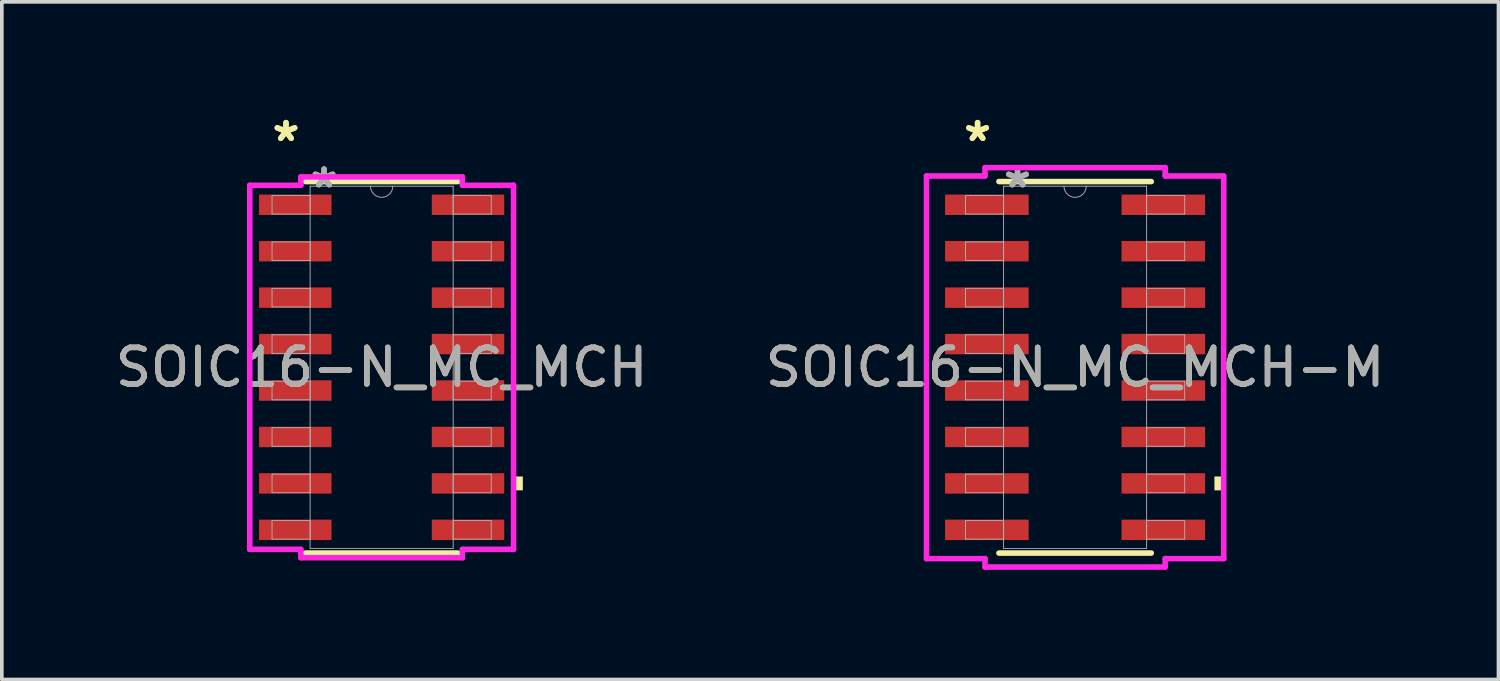
<source format=kicad_pcb>
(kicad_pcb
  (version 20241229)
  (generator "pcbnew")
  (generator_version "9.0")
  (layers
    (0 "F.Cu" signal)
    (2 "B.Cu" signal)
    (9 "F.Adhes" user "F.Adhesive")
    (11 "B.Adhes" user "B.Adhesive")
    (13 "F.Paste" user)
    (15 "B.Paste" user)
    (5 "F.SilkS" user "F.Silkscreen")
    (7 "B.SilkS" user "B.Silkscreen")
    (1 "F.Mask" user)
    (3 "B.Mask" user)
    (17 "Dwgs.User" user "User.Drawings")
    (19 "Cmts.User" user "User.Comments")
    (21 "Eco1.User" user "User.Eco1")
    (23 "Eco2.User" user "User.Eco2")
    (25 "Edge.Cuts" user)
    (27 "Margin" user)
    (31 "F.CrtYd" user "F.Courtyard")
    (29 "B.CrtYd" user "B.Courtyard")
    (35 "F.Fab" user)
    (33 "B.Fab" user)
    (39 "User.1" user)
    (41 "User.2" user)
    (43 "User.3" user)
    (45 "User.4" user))
  (footprint "SOIC16-N_MC_MCH-M"
    (layer "F.Cu")
    (at 26.351 6.995)
    (property "Reference" "SOIC16-N_MC_MCH-M" (at 0 0 0) (unlocked yes) (layer "F.SilkS") (effects (font (size 1 1) (thickness 0.15))))
    (attr smd)
    (fp_line (start -2.083 5.08) (end 2.083 5.08) (stroke (width 0.152) (type solid)) (layer "F.SilkS"))
    (fp_line (start 2.083 -5.08) (end -2.083 -5.08) (stroke (width 0.152) (type solid)) (layer "F.SilkS"))
    (fp_poly (pts (xy 4.064 2.985) (xy 4.064 3.365) (xy 3.81 3.365) (xy 3.81 2.985)) (stroke (width 0) (type solid)) (fill yes) (layer "F.SilkS"))
    (fp_line (start -4.064 -5.232) (end -2.464 -5.232) (stroke (width 0.152) (type solid)) (layer "F.CrtYd"))
    (fp_line (start -4.064 5.232) (end -4.064 -5.232) (stroke (width 0.152) (type solid)) (layer "F.CrtYd"))
    (fp_line (start -4.064 5.232) (end -2.464 5.232) (stroke (width 0.152) (type solid)) (layer "F.CrtYd"))
    (fp_line (start -2.464 -5.461) (end 2.464 -5.461) (stroke (width 0.152) (type solid)) (layer "F.CrtYd"))
    (fp_line (start -2.464 -5.232) (end -2.464 -5.461) (stroke (width 0.152) (type solid)) (layer "F.CrtYd"))
    (fp_line (start -2.464 5.461) (end -2.464 5.232) (stroke (width 0.152) (type solid)) (layer "F.CrtYd"))
    (fp_line (start 2.464 -5.461) (end 2.464 -5.232) (stroke (width 0.152) (type solid)) (layer "F.CrtYd"))
    (fp_line (start 2.464 5.232) (end 2.464 5.461) (stroke (width 0.152) (type solid)) (layer "F.CrtYd"))
    (fp_line (start 2.464 5.461) (end -2.464 5.461) (stroke (width 0.152) (type solid)) (layer "F.CrtYd"))
    (fp_line (start 4.064 -5.232) (end 2.464 -5.232) (stroke (width 0.152) (type solid)) (layer "F.CrtYd"))
    (fp_line (start 4.064 -5.232) (end 4.064 5.232) (stroke (width 0.152) (type solid)) (layer "F.CrtYd"))
    (fp_line (start 4.064 5.232) (end 2.464 5.232) (stroke (width 0.152) (type solid)) (layer "F.CrtYd"))
    (fp_line (start -2.997 -4.699) (end -2.997 -4.191) (stroke (width 0.025) (type solid)) (layer "F.Fab"))
    (fp_line (start -2.997 -4.191) (end -1.956 -4.191) (stroke (width 0.025) (type solid)) (layer "F.Fab"))
    (fp_line (start -2.997 -3.429) (end -2.997 -2.921) (stroke (width 0.025) (type solid)) (layer "F.Fab"))
    (fp_line (start -2.997 -2.921) (end -1.956 -2.921) (stroke (width 0.025) (type solid)) (layer "F.Fab"))
    (fp_line (start -2.997 -2.159) (end -2.997 -1.651) (stroke (width 0.025) (type solid)) (layer "F.Fab"))
    (fp_line (start -2.997 -1.651) (end -1.956 -1.651) (stroke (width 0.025) (type solid)) (layer "F.Fab"))
    (fp_line (start -2.997 -0.889) (end -2.997 -0.381) (stroke (width 0.025) (type solid)) (layer "F.Fab"))
    (fp_line (start -2.997 -0.381) (end -1.956 -0.381) (stroke (width 0.025) (type solid)) (layer "F.Fab"))
    (fp_line (start -2.997 0.381) (end -2.997 0.889) (stroke (width 0.025) (type solid)) (layer "F.Fab"))
    (fp_line (start -2.997 0.889) (end -1.956 0.889) (stroke (width 0.025) (type solid)) (layer "F.Fab"))
    (fp_line (start -2.997 1.651) (end -2.997 2.159) (stroke (width 0.025) (type solid)) (layer "F.Fab"))
    (fp_line (start -2.997 2.159) (end -1.956 2.159) (stroke (width 0.025) (type solid)) (layer "F.Fab"))
    (fp_line (start -2.997 2.921) (end -2.997 3.429) (stroke (width 0.025) (type solid)) (layer "F.Fab"))
    (fp_line (start -2.997 3.429) (end -1.956 3.429) (stroke (width 0.025) (type solid)) (layer "F.Fab"))
    (fp_line (start -2.997 4.191) (end -2.997 4.699) (stroke (width 0.025) (type solid)) (layer "F.Fab"))
    (fp_line (start -2.997 4.699) (end -1.956 4.699) (stroke (width 0.025) (type solid)) (layer "F.Fab"))
    (fp_line (start -1.956 -4.953) (end -1.956 4.953) (stroke (width 0.025) (type solid)) (layer "F.Fab"))
    (fp_line (start -1.956 -4.699) (end -2.997 -4.699) (stroke (width 0.025) (type solid)) (layer "F.Fab"))
    (fp_line (start -1.956 -4.191) (end -1.956 -4.699) (stroke (width 0.025) (type solid)) (layer "F.Fab"))
    (fp_line (start -1.956 -3.429) (end -2.997 -3.429) (stroke (width 0.025) (type solid)) (layer "F.Fab"))
    (fp_line (start -1.956 -2.921) (end -1.956 -3.429) (stroke (width 0.025) (type solid)) (layer "F.Fab"))
    (fp_line (start -1.956 -2.159) (end -2.997 -2.159) (stroke (width 0.025) (type solid)) (layer "F.Fab"))
    (fp_line (start -1.956 -1.651) (end -1.956 -2.159) (stroke (width 0.025) (type solid)) (layer "F.Fab"))
    (fp_line (start -1.956 -0.889) (end -2.997 -0.889) (stroke (width 0.025) (type solid)) (layer "F.Fab"))
    (fp_line (start -1.956 -0.381) (end -1.956 -0.889) (stroke (width 0.025) (type solid)) (layer "F.Fab"))
    (fp_line (start -1.956 0.381) (end -2.997 0.381) (stroke (width 0.025) (type solid)) (layer "F.Fab"))
    (fp_line (start -1.956 0.889) (end -1.956 0.381) (stroke (width 0.025) (type solid)) (layer "F.Fab"))
    (fp_line (start -1.956 1.651) (end -2.997 1.651) (stroke (width 0.025) (type solid)) (layer "F.Fab"))
    (fp_line (start -1.956 2.159) (end -1.956 1.651) (stroke (width 0.025) (type solid)) (layer "F.Fab"))
    (fp_line (start -1.956 2.921) (end -2.997 2.921) (stroke (width 0.025) (type solid)) (layer "F.Fab"))
    (fp_line (start -1.956 3.429) (end -1.956 2.921) (stroke (width 0.025) (type solid)) (layer "F.Fab"))
    (fp_line (start -1.956 4.191) (end -2.997 4.191) (stroke (width 0.025) (type solid)) (layer "F.Fab"))
    (fp_line (start -1.956 4.699) (end -1.956 4.191) (stroke (width 0.025) (type solid)) (layer "F.Fab"))
    (fp_line (start -1.956 4.953) (end 1.956 4.953) (stroke (width 0.025) (type solid)) (layer "F.Fab"))
    (fp_line (start 1.956 -4.953) (end -1.956 -4.953) (stroke (width 0.025) (type solid)) (layer "F.Fab"))
    (fp_line (start 1.956 -4.699) (end 1.956 -4.191) (stroke (width 0.025) (type solid)) (layer "F.Fab"))
    (fp_line (start 1.956 -4.191) (end 2.997 -4.191) (stroke (width 0.025) (type solid)) (layer "F.Fab"))
    (fp_line (start 1.956 -3.429) (end 1.956 -2.921) (stroke (width 0.025) (type solid)) (layer "F.Fab"))
    (fp_line (start 1.956 -2.921) (end 2.997 -2.921) (stroke (width 0.025) (type solid)) (layer "F.Fab"))
    (fp_line (start 1.956 -2.159) (end 1.956 -1.651) (stroke (width 0.025) (type solid)) (layer "F.Fab"))
    (fp_line (start 1.956 -1.651) (end 2.997 -1.651) (stroke (width 0.025) (type solid)) (layer "F.Fab"))
    (fp_line (start 1.956 -0.889) (end 1.956 -0.381) (stroke (width 0.025) (type solid)) (layer "F.Fab"))
    (fp_line (start 1.956 -0.381) (end 2.997 -0.381) (stroke (width 0.025) (type solid)) (layer "F.Fab"))
    (fp_line (start 1.956 0.381) (end 1.956 0.889) (stroke (width 0.025) (type solid)) (layer "F.Fab"))
    (fp_line (start 1.956 0.889) (end 2.997 0.889) (stroke (width 0.025) (type solid)) (layer "F.Fab"))
    (fp_line (start 1.956 1.651) (end 1.956 2.159) (stroke (width 0.025) (type solid)) (layer "F.Fab"))
    (fp_line (start 1.956 2.159) (end 2.997 2.159) (stroke (width 0.025) (type solid)) (layer "F.Fab"))
    (fp_line (start 1.956 2.921) (end 1.956 3.429) (stroke (width 0.025) (type solid)) (layer "F.Fab"))
    (fp_line (start 1.956 3.429) (end 2.997 3.429) (stroke (width 0.025) (type solid)) (layer "F.Fab"))
    (fp_line (start 1.956 4.191) (end 1.956 4.699) (stroke (width 0.025) (type solid)) (layer "F.Fab"))
    (fp_line (start 1.956 4.699) (end 2.997 4.699) (stroke (width 0.025) (type solid)) (layer "F.Fab"))
    (fp_line (start 1.956 4.953) (end 1.956 -4.953) (stroke (width 0.025) (type solid)) (layer "F.Fab"))
    (fp_line (start 2.997 -4.699) (end 1.956 -4.699) (stroke (width 0.025) (type solid)) (layer "F.Fab"))
    (fp_line (start 2.997 -4.191) (end 2.997 -4.699) (stroke (width 0.025) (type solid)) (layer "F.Fab"))
    (fp_line (start 2.997 -3.429) (end 1.956 -3.429) (stroke (width 0.025) (type solid)) (layer "F.Fab"))
    (fp_line (start 2.997 -2.921) (end 2.997 -3.429) (stroke (width 0.025) (type solid)) (layer "F.Fab"))
    (fp_line (start 2.997 -2.159) (end 1.956 -2.159) (stroke (width 0.025) (type solid)) (layer "F.Fab"))
    (fp_line (start 2.997 -1.651) (end 2.997 -2.159) (stroke (width 0.025) (type solid)) (layer "F.Fab"))
    (fp_line (start 2.997 -0.889) (end 1.956 -0.889) (stroke (width 0.025) (type solid)) (layer "F.Fab"))
    (fp_line (start 2.997 -0.381) (end 2.997 -0.889) (stroke (width 0.025) (type solid)) (layer "F.Fab"))
    (fp_line (start 2.997 0.381) (end 1.956 0.381) (stroke (width 0.025) (type solid)) (layer "F.Fab"))
    (fp_line (start 2.997 0.889) (end 2.997 0.381) (stroke (width 0.025) (type solid)) (layer "F.Fab"))
    (fp_line (start 2.997 1.651) (end 1.956 1.651) (stroke (width 0.025) (type solid)) (layer "F.Fab"))
    (fp_line (start 2.997 2.159) (end 2.997 1.651) (stroke (width 0.025) (type solid)) (layer "F.Fab"))
    (fp_line (start 2.997 2.921) (end 1.956 2.921) (stroke (width 0.025) (type solid)) (layer "F.Fab"))
    (fp_line (start 2.997 3.429) (end 2.997 2.921) (stroke (width 0.025) (type solid)) (layer "F.Fab"))
    (fp_line (start 2.997 4.191) (end 1.956 4.191) (stroke (width 0.025) (type solid)) (layer "F.Fab"))
    (fp_line (start 2.997 4.699) (end 2.997 4.191) (stroke (width 0.025) (type solid)) (layer "F.Fab"))
    (fp_arc (start 0.3048 -4.953) (mid 0 -4.6482) (end -0.3048 -4.953) (stroke (width 0.0254) (type solid)) (layer "F.Fab"))
    (fp_text user "*" (at -2.667 -6.147 0) (layer "F.SilkS") (effects (font (size 1 1) (thickness 0.15))))
    (fp_text user "*" (at -2.667 -6.147 0) (unlocked yes) (layer "F.SilkS") (effects (font (size 1 1) (thickness 0.15))))
    (fp_text user "*" (at -1.575 -4.877 0) (unlocked yes) (layer "F.Fab") (effects (font (size 1 1) (thickness 0.15))))
    (fp_text user "*" (at -1.575 -4.877 0) (layer "F.Fab") (effects (font (size 1 1) (thickness 0.15))))
    (fp_text user "${REFERENCE}" (at 0 0 0) (unlocked yes) (layer "F.Fab") (effects (font (size 1 1) (thickness 0.15))))
    (pad "1" smd rect (at -2.413 -4.445) (size 2.286 0.559) (layers "F.Cu" "F.Mask" "F.Paste"))
    (pad "2" smd rect (at -2.413 -3.175) (size 2.286 0.559) (layers "F.Cu" "F.Mask" "F.Paste"))
    (pad "3" smd rect (at -2.413 -1.905) (size 2.286 0.559) (layers "F.Cu" "F.Mask" "F.Paste"))
    (pad "4" smd rect (at -2.413 -0.635) (size 2.286 0.559) (layers "F.Cu" "F.Mask" "F.Paste"))
    (pad "5" smd rect (at -2.413 0.635) (size 2.286 0.559) (layers "F.Cu" "F.Mask" "F.Paste"))
    (pad "6" smd rect (at -2.413 1.905) (size 2.286 0.559) (layers "F.Cu" "F.Mask" "F.Paste"))
    (pad "7" smd rect (at -2.413 3.175) (size 2.286 0.559) (layers "F.Cu" "F.Mask" "F.Paste"))
    (pad "8" smd rect (at -2.413 4.445) (size 2.286 0.559) (layers "F.Cu" "F.Mask" "F.Paste"))
    (pad "9" smd rect (at 2.413 4.445) (size 2.286 0.559) (layers "F.Cu" "F.Mask" "F.Paste"))
    (pad "10" smd rect (at 2.413 3.175) (size 2.286 0.559) (layers "F.Cu" "F.Mask" "F.Paste"))
    (pad "11" smd rect (at 2.413 1.905) (size 2.286 0.559) (layers "F.Cu" "F.Mask" "F.Paste"))
    (pad "12" smd rect (at 2.413 0.635) (size 2.286 0.559) (layers "F.Cu" "F.Mask" "F.Paste"))
    (pad "13" smd rect (at 2.413 -0.635) (size 2.286 0.559) (layers "F.Cu" "F.Mask" "F.Paste"))
    (pad "14" smd rect (at 2.413 -1.905) (size 2.286 0.559) (layers "F.Cu" "F.Mask" "F.Paste"))
    (pad "15" smd rect (at 2.413 -3.175) (size 2.286 0.559) (layers "F.Cu" "F.Mask" "F.Paste"))
    (pad "16" smd rect (at 2.413 -4.445) (size 2.286 0.559) (layers "F.Cu" "F.Mask" "F.Paste")))
  (footprint "SOIC16-N_MC_MCH"
    (layer "F.Cu")
    (at 7.387 6.995)
    (property "Reference" "SOIC16-N_MC_MCH" (at 0 0 0) (unlocked yes) (layer "F.SilkS") (effects (font (size 1 1) (thickness 0.15))))
    (attr smd)
    (fp_line (start -2.083 5.08) (end 2.083 5.08) (stroke (width 0.152) (type solid)) (layer "F.SilkS"))
    (fp_line (start 2.083 -5.08) (end -2.083 -5.08) (stroke (width 0.152) (type solid)) (layer "F.SilkS"))
    (fp_poly (pts (xy 3.861 2.985) (xy 3.861 3.365) (xy 3.607 3.365) (xy 3.607 2.985)) (stroke (width 0) (type solid)) (fill yes) (layer "F.SilkS"))
    (fp_line (start -3.607 -4.978) (end -2.21 -4.978) (stroke (width 0.152) (type solid)) (layer "F.CrtYd"))
    (fp_line (start -3.607 4.978) (end -3.607 -4.978) (stroke (width 0.152) (type solid)) (layer "F.CrtYd"))
    (fp_line (start -3.607 4.978) (end -2.21 4.978) (stroke (width 0.152) (type solid)) (layer "F.CrtYd"))
    (fp_line (start -2.21 -5.207) (end 2.21 -5.207) (stroke (width 0.152) (type solid)) (layer "F.CrtYd"))
    (fp_line (start -2.21 -4.978) (end -2.21 -5.207) (stroke (width 0.152) (type solid)) (layer "F.CrtYd"))
    (fp_line (start -2.21 5.207) (end -2.21 4.978) (stroke (width 0.152) (type solid)) (layer "F.CrtYd"))
    (fp_line (start 2.21 -5.207) (end 2.21 -4.978) (stroke (width 0.152) (type solid)) (layer "F.CrtYd"))
    (fp_line (start 2.21 4.978) (end 2.21 5.207) (stroke (width 0.152) (type solid)) (layer "F.CrtYd"))
    (fp_line (start 2.21 5.207) (end -2.21 5.207) (stroke (width 0.152) (type solid)) (layer "F.CrtYd"))
    (fp_line (start 3.607 -4.978) (end 2.21 -4.978) (stroke (width 0.152) (type solid)) (layer "F.CrtYd"))
    (fp_line (start 3.607 -4.978) (end 3.607 4.978) (stroke (width 0.152) (type solid)) (layer "F.CrtYd"))
    (fp_line (start 3.607 4.978) (end 2.21 4.978) (stroke (width 0.152) (type solid)) (layer "F.CrtYd"))
    (fp_line (start -2.997 -4.699) (end -2.997 -4.191) (stroke (width 0.025) (type solid)) (layer "F.Fab"))
    (fp_line (start -2.997 -4.191) (end -1.956 -4.191) (stroke (width 0.025) (type solid)) (layer "F.Fab"))
    (fp_line (start -2.997 -3.429) (end -2.997 -2.921) (stroke (width 0.025) (type solid)) (layer "F.Fab"))
    (fp_line (start -2.997 -2.921) (end -1.956 -2.921) (stroke (width 0.025) (type solid)) (layer "F.Fab"))
    (fp_line (start -2.997 -2.159) (end -2.997 -1.651) (stroke (width 0.025) (type solid)) (layer "F.Fab"))
    (fp_line (start -2.997 -1.651) (end -1.956 -1.651) (stroke (width 0.025) (type solid)) (layer "F.Fab"))
    (fp_line (start -2.997 -0.889) (end -2.997 -0.381) (stroke (width 0.025) (type solid)) (layer "F.Fab"))
    (fp_line (start -2.997 -0.381) (end -1.956 -0.381) (stroke (width 0.025) (type solid)) (layer "F.Fab"))
    (fp_line (start -2.997 0.381) (end -2.997 0.889) (stroke (width 0.025) (type solid)) (layer "F.Fab"))
    (fp_line (start -2.997 0.889) (end -1.956 0.889) (stroke (width 0.025) (type solid)) (layer "F.Fab"))
    (fp_line (start -2.997 1.651) (end -2.997 2.159) (stroke (width 0.025) (type solid)) (layer "F.Fab"))
    (fp_line (start -2.997 2.159) (end -1.956 2.159) (stroke (width 0.025) (type solid)) (layer "F.Fab"))
    (fp_line (start -2.997 2.921) (end -2.997 3.429) (stroke (width 0.025) (type solid)) (layer "F.Fab"))
    (fp_line (start -2.997 3.429) (end -1.956 3.429) (stroke (width 0.025) (type solid)) (layer "F.Fab"))
    (fp_line (start -2.997 4.191) (end -2.997 4.699) (stroke (width 0.025) (type solid)) (layer "F.Fab"))
    (fp_line (start -2.997 4.699) (end -1.956 4.699) (stroke (width 0.025) (type solid)) (layer "F.Fab"))
    (fp_line (start -1.956 -4.953) (end -1.956 4.953) (stroke (width 0.025) (type solid)) (layer "F.Fab"))
    (fp_line (start -1.956 -4.699) (end -2.997 -4.699) (stroke (width 0.025) (type solid)) (layer "F.Fab"))
    (fp_line (start -1.956 -4.191) (end -1.956 -4.699) (stroke (width 0.025) (type solid)) (layer "F.Fab"))
    (fp_line (start -1.956 -3.429) (end -2.997 -3.429) (stroke (width 0.025) (type solid)) (layer "F.Fab"))
    (fp_line (start -1.956 -2.921) (end -1.956 -3.429) (stroke (width 0.025) (type solid)) (layer "F.Fab"))
    (fp_line (start -1.956 -2.159) (end -2.997 -2.159) (stroke (width 0.025) (type solid)) (layer "F.Fab"))
    (fp_line (start -1.956 -1.651) (end -1.956 -2.159) (stroke (width 0.025) (type solid)) (layer "F.Fab"))
    (fp_line (start -1.956 -0.889) (end -2.997 -0.889) (stroke (width 0.025) (type solid)) (layer "F.Fab"))
    (fp_line (start -1.956 -0.381) (end -1.956 -0.889) (stroke (width 0.025) (type solid)) (layer "F.Fab"))
    (fp_line (start -1.956 0.381) (end -2.997 0.381) (stroke (width 0.025) (type solid)) (layer "F.Fab"))
    (fp_line (start -1.956 0.889) (end -1.956 0.381) (stroke (width 0.025) (type solid)) (layer "F.Fab"))
    (fp_line (start -1.956 1.651) (end -2.997 1.651) (stroke (width 0.025) (type solid)) (layer "F.Fab"))
    (fp_line (start -1.956 2.159) (end -1.956 1.651) (stroke (width 0.025) (type solid)) (layer "F.Fab"))
    (fp_line (start -1.956 2.921) (end -2.997 2.921) (stroke (width 0.025) (type solid)) (layer "F.Fab"))
    (fp_line (start -1.956 3.429) (end -1.956 2.921) (stroke (width 0.025) (type solid)) (layer "F.Fab"))
    (fp_line (start -1.956 4.191) (end -2.997 4.191) (stroke (width 0.025) (type solid)) (layer "F.Fab"))
    (fp_line (start -1.956 4.699) (end -1.956 4.191) (stroke (width 0.025) (type solid)) (layer "F.Fab"))
    (fp_line (start -1.956 4.953) (end 1.956 4.953) (stroke (width 0.025) (type solid)) (layer "F.Fab"))
    (fp_line (start 1.956 -4.953) (end -1.956 -4.953) (stroke (width 0.025) (type solid)) (layer "F.Fab"))
    (fp_line (start 1.956 -4.699) (end 1.956 -4.191) (stroke (width 0.025) (type solid)) (layer "F.Fab"))
    (fp_line (start 1.956 -4.191) (end 2.997 -4.191) (stroke (width 0.025) (type solid)) (layer "F.Fab"))
    (fp_line (start 1.956 -3.429) (end 1.956 -2.921) (stroke (width 0.025) (type solid)) (layer "F.Fab"))
    (fp_line (start 1.956 -2.921) (end 2.997 -2.921) (stroke (width 0.025) (type solid)) (layer "F.Fab"))
    (fp_line (start 1.956 -2.159) (end 1.956 -1.651) (stroke (width 0.025) (type solid)) (layer "F.Fab"))
    (fp_line (start 1.956 -1.651) (end 2.997 -1.651) (stroke (width 0.025) (type solid)) (layer "F.Fab"))
    (fp_line (start 1.956 -0.889) (end 1.956 -0.381) (stroke (width 0.025) (type solid)) (layer "F.Fab"))
    (fp_line (start 1.956 -0.381) (end 2.997 -0.381) (stroke (width 0.025) (type solid)) (layer "F.Fab"))
    (fp_line (start 1.956 0.381) (end 1.956 0.889) (stroke (width 0.025) (type solid)) (layer "F.Fab"))
    (fp_line (start 1.956 0.889) (end 2.997 0.889) (stroke (width 0.025) (type solid)) (layer "F.Fab"))
    (fp_line (start 1.956 1.651) (end 1.956 2.159) (stroke (width 0.025) (type solid)) (layer "F.Fab"))
    (fp_line (start 1.956 2.159) (end 2.997 2.159) (stroke (width 0.025) (type solid)) (layer "F.Fab"))
    (fp_line (start 1.956 2.921) (end 1.956 3.429) (stroke (width 0.025) (type solid)) (layer "F.Fab"))
    (fp_line (start 1.956 3.429) (end 2.997 3.429) (stroke (width 0.025) (type solid)) (layer "F.Fab"))
    (fp_line (start 1.956 4.191) (end 1.956 4.699) (stroke (width 0.025) (type solid)) (layer "F.Fab"))
    (fp_line (start 1.956 4.699) (end 2.997 4.699) (stroke (width 0.025) (type solid)) (layer "F.Fab"))
    (fp_line (start 1.956 4.953) (end 1.956 -4.953) (stroke (width 0.025) (type solid)) (layer "F.Fab"))
    (fp_line (start 2.997 -4.699) (end 1.956 -4.699) (stroke (width 0.025) (type solid)) (layer "F.Fab"))
    (fp_line (start 2.997 -4.191) (end 2.997 -4.699) (stroke (width 0.025) (type solid)) (layer "F.Fab"))
    (fp_line (start 2.997 -3.429) (end 1.956 -3.429) (stroke (width 0.025) (type solid)) (layer "F.Fab"))
    (fp_line (start 2.997 -2.921) (end 2.997 -3.429) (stroke (width 0.025) (type solid)) (layer "F.Fab"))
    (fp_line (start 2.997 -2.159) (end 1.956 -2.159) (stroke (width 0.025) (type solid)) (layer "F.Fab"))
    (fp_line (start 2.997 -1.651) (end 2.997 -2.159) (stroke (width 0.025) (type solid)) (layer "F.Fab"))
    (fp_line (start 2.997 -0.889) (end 1.956 -0.889) (stroke (width 0.025) (type solid)) (layer "F.Fab"))
    (fp_line (start 2.997 -0.381) (end 2.997 -0.889) (stroke (width 0.025) (type solid)) (layer "F.Fab"))
    (fp_line (start 2.997 0.381) (end 1.956 0.381) (stroke (width 0.025) (type solid)) (layer "F.Fab"))
    (fp_line (start 2.997 0.889) (end 2.997 0.381) (stroke (width 0.025) (type solid)) (layer "F.Fab"))
    (fp_line (start 2.997 1.651) (end 1.956 1.651) (stroke (width 0.025) (type solid)) (layer "F.Fab"))
    (fp_line (start 2.997 2.159) (end 2.997 1.651) (stroke (width 0.025) (type solid)) (layer "F.Fab"))
    (fp_line (start 2.997 2.921) (end 1.956 2.921) (stroke (width 0.025) (type solid)) (layer "F.Fab"))
    (fp_line (start 2.997 3.429) (end 2.997 2.921) (stroke (width 0.025) (type solid)) (layer "F.Fab"))
    (fp_line (start 2.997 4.191) (end 1.956 4.191) (stroke (width 0.025) (type solid)) (layer "F.Fab"))
    (fp_line (start 2.997 4.699) (end 2.997 4.191) (stroke (width 0.025) (type solid)) (layer "F.Fab"))
    (fp_arc (start 0.3048 -4.953) (mid 0 -4.6482) (end -0.3048 -4.953) (stroke (width 0.0254) (type solid)) (layer "F.Fab"))
    (fp_text user "*" (at -2.616 -6.147 0) (unlocked yes) (layer "F.SilkS") (effects (font (size 1 1) (thickness 0.15))))
    (fp_text user "*" (at -2.616 -6.147 0) (layer "F.SilkS") (effects (font (size 1 1) (thickness 0.15))))
    (fp_text user "*" (at -1.575 -4.877 0) (unlocked yes) (layer "F.Fab") (effects (font (size 1 1) (thickness 0.15))))
    (fp_text user "*" (at -1.575 -4.877 0) (layer "F.Fab") (effects (font (size 1 1) (thickness 0.15))))
    (fp_text user "${REFERENCE}" (at 0 0 0) (unlocked yes) (layer "F.Fab") (effects (font (size 1 1) (thickness 0.15))))
    (pad "1" smd rect (at -2.362 -4.445) (size 1.981 0.559) (layers "F.Cu" "F.Mask" "F.Paste"))
    (pad "2" smd rect (at -2.362 -3.175) (size 1.981 0.559) (layers "F.Cu" "F.Mask" "F.Paste"))
    (pad "3" smd rect (at -2.362 -1.905) (size 1.981 0.559) (layers "F.Cu" "F.Mask" "F.Paste"))
    (pad "4" smd rect (at -2.362 -0.635) (size 1.981 0.559) (layers "F.Cu" "F.Mask" "F.Paste"))
    (pad "5" smd rect (at -2.362 0.635) (size 1.981 0.559) (layers "F.Cu" "F.Mask" "F.Paste"))
    (pad "6" smd rect (at -2.362 1.905) (size 1.981 0.559) (layers "F.Cu" "F.Mask" "F.Paste"))
    (pad "7" smd rect (at -2.362 3.175) (size 1.981 0.559) (layers "F.Cu" "F.Mask" "F.Paste"))
    (pad "8" smd rect (at -2.362 4.445) (size 1.981 0.559) (layers "F.Cu" "F.Mask" "F.Paste"))
    (pad "9" smd rect (at 2.362 4.445) (size 1.981 0.559) (layers "F.Cu" "F.Mask" "F.Paste"))
    (pad "10" smd rect (at 2.362 3.175) (size 1.981 0.559) (layers "F.Cu" "F.Mask" "F.Paste"))
    (pad "11" smd rect (at 2.362 1.905) (size 1.981 0.559) (layers "F.Cu" "F.Mask" "F.Paste"))
    (pad "12" smd rect (at 2.362 0.635) (size 1.981 0.559) (layers "F.Cu" "F.Mask" "F.Paste"))
    (pad "13" smd rect (at 2.362 -0.635) (size 1.981 0.559) (layers "F.Cu" "F.Mask" "F.Paste"))
    (pad "14" smd rect (at 2.362 -1.905) (size 1.981 0.559) (layers "F.Cu" "F.Mask" "F.Paste"))
    (pad "15" smd rect (at 2.362 -3.175) (size 1.981 0.559) (layers "F.Cu" "F.Mask" "F.Paste"))
    (pad "16" smd rect (at 2.362 -4.445) (size 1.981 0.559) (layers "F.Cu" "F.Mask" "F.Paste")))
  (gr_rect
    (start -3 -3)
    (end 37.929 15.532)
    (stroke (width 0.1) (type default))
    (fill no)
    (layer "Edge.Cuts")))
</source>
